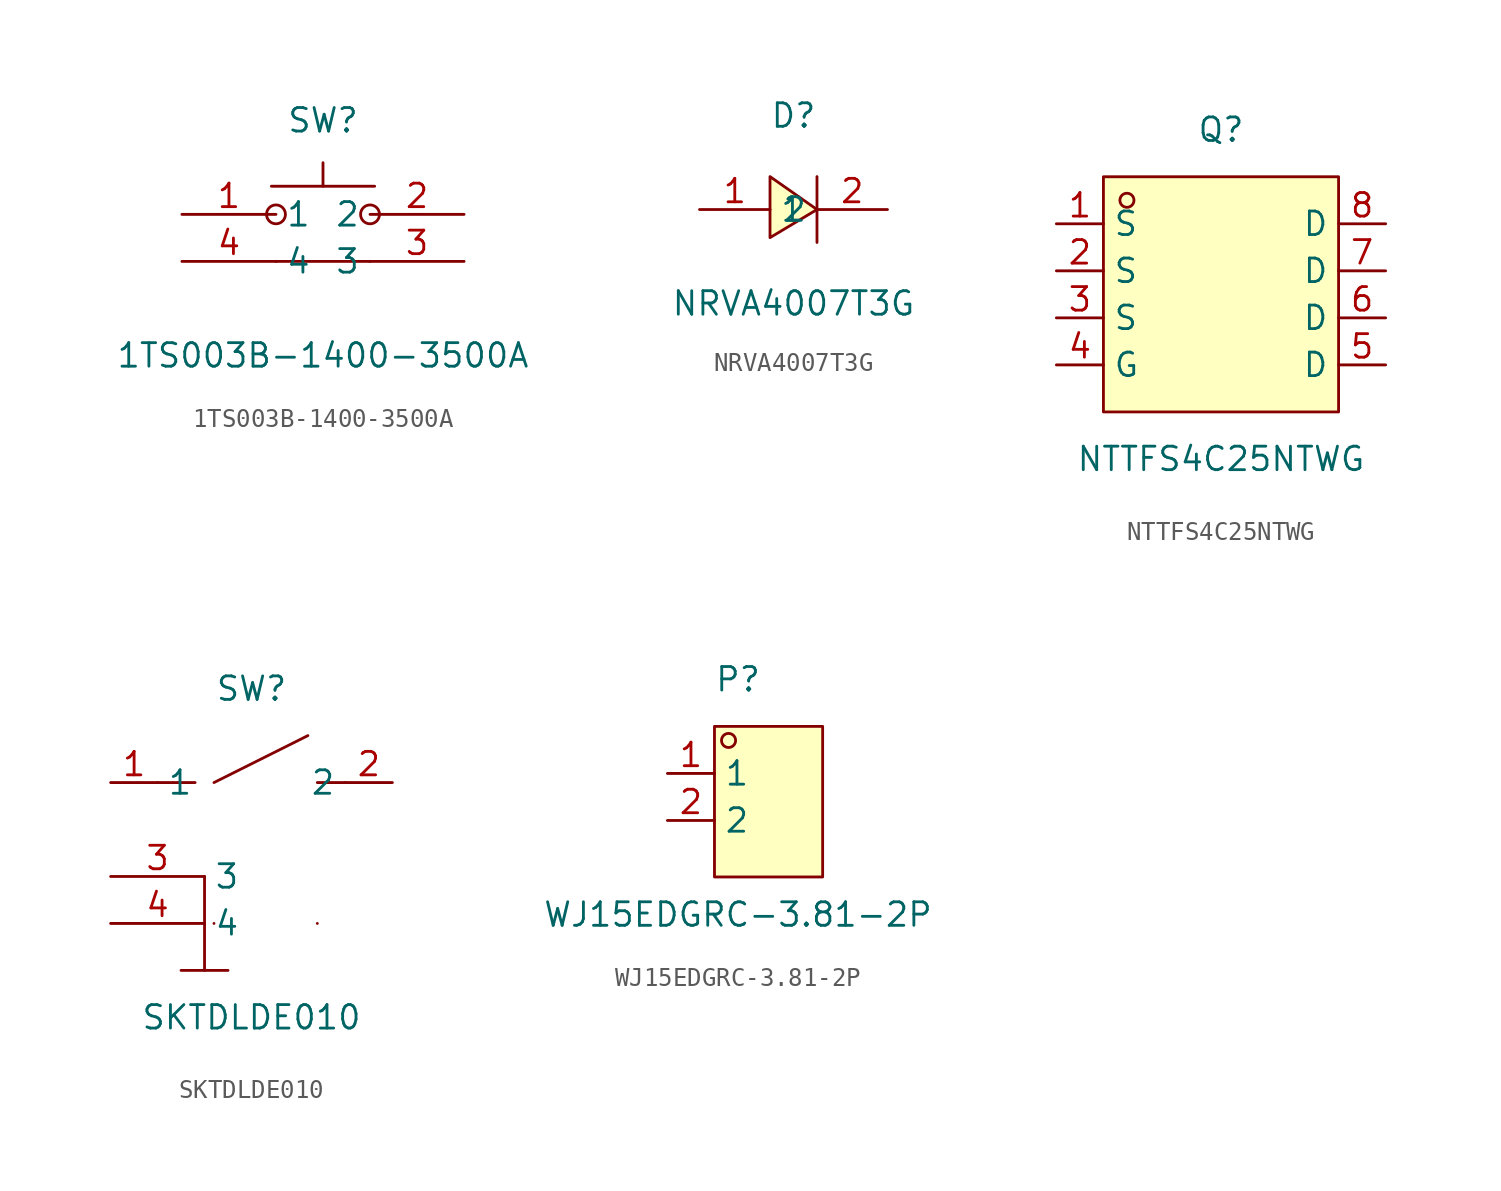
<source format=kicad_sym>
(kicad_symbol_lib
  (version 20211014)
  (generator https://github.com/uPesy/easyeda2kicad.py)
  (symbol "1TS003B-1400-3500A"
    (property "Reference" "SW"
      (at 0 5.08 0)
      (effects (font (size 1.27 1.27))))
    (property "Value" "1TS003B-1400-3500A"
      (at 0 -7.62 0)
      (effects (font (size 1.27 1.27))))
    (symbol "1TS003B-1400-3500A_0_1"
      (circle (center -2.54 -0.00) (radius 0.51) (stroke (width 0) (type default) (color 0 0 0 0)) (fill (type none)))
      (circle (center 2.54 -0.00) (radius 0.51) (stroke (width 0) (type default) (color 0 0 0 0)) (fill (type none)))
      (polyline (pts (xy -2.79 1.52) (xy 2.79 1.52)) (stroke (width 0) (type default) (color 0 0 0 0)) (fill (type none)))
      (polyline (pts (xy 0.00 1.52) (xy 0.00 2.79)) (stroke (width 0) (type default) (color 0 0 0 0)) (fill (type none)))
      (polyline (pts (xy -2.54 -2.54) (xy 2.54 -2.54)) (stroke (width 0) (type default) (color 0 0 0 0)) (fill (type none)))
      (pin unspecified line (at -7.62 -0.00 0) (length 5.08) (name "1" (effects (font (size 1.27 1.27)))) (number "1" (effects (font (size 1.27 1.27)))))
      (pin unspecified line (at 7.62 -0.00 180) (length 5.08) (name "2" (effects (font (size 1.27 1.27)))) (number "2" (effects (font (size 1.27 1.27)))))
      (pin unspecified line (at 7.62 -2.54 180) (length 5.08) (name "3" (effects (font (size 1.27 1.27)))) (number "3" (effects (font (size 1.27 1.27)))))
      (pin unspecified line (at -7.62 -2.54 0) (length 5.08) (name "4" (effects (font (size 1.27 1.27)))) (number "4" (effects (font (size 1.27 1.27)))))))
  (symbol "NRVA4007T3G"
    (property "Reference" "D"
      (at 0 5.08 0)
      (effects (font (size 1.27 1.27))))
    (property "Value" "NRVA4007T3G"
      (at 0 -5.08 0)
      (effects (font (size 1.27 1.27))))
    (symbol "NRVA4007T3G_0_1"
      (polyline (pts (xy -1.27 -1.52) (xy 1.27 -0.00) (xy -1.27 1.78) (xy -1.27 -1.52)) (stroke (width 0) (type default) (color 0 0 0 0)) (fill (type background)))
      (polyline (pts (xy 1.27 -1.78) (xy 1.27 1.78)) (stroke (width 0) (type default) (color 0 0 0 0)) (fill (type none)))
      (pin unspecified line (at -5.08 -0.00 0) (length 3.81) (name "1" (effects (font (size 1.27 1.27)))) (number "1" (effects (font (size 1.27 1.27)))))
      (pin unspecified line (at 5.08 -0.00 180) (length 3.81) (name "2" (effects (font (size 1.27 1.27)))) (number "2" (effects (font (size 1.27 1.27)))))))
  (symbol "NTTFS4C25NTWG"
    (property "Reference" "Q"
      (at 0 8.89 0)
      (effects (font (size 1.27 1.27))))
    (property "Value" "NTTFS4C25NTWG"
      (at 0 -8.89 0)
      (effects (font (size 1.27 1.27))))
    (symbol "NTTFS4C25NTWG_0_1"
      (rectangle (start -6.35 6.35) (end 6.35 -6.35) (stroke (width 0) (type default) (color 0 0 0 0)) (fill (type background)))
      (circle (center -5.08 5.08) (radius 0.38) (stroke (width 0) (type default) (color 0 0 0 0)) (fill (type none)))
      (pin unspecified line (at -8.89 3.81 0) (length 2.54) (name "S" (effects (font (size 1.27 1.27)))) (number "1" (effects (font (size 1.27 1.27)))))
      (pin unspecified line (at -8.89 1.27 0) (length 2.54) (name "S" (effects (font (size 1.27 1.27)))) (number "2" (effects (font (size 1.27 1.27)))))
      (pin unspecified line (at -8.89 -1.27 0) (length 2.54) (name "S" (effects (font (size 1.27 1.27)))) (number "3" (effects (font (size 1.27 1.27)))))
      (pin unspecified line (at -8.89 -3.81 0) (length 2.54) (name "G" (effects (font (size 1.27 1.27)))) (number "4" (effects (font (size 1.27 1.27)))))
      (pin unspecified line (at 8.89 -3.81 180) (length 2.54) (name "D" (effects (font (size 1.27 1.27)))) (number "5" (effects (font (size 1.27 1.27)))))
      (pin unspecified line (at 8.89 -1.27 180) (length 2.54) (name "D" (effects (font (size 1.27 1.27)))) (number "6" (effects (font (size 1.27 1.27)))))
      (pin unspecified line (at 8.89 1.27 180) (length 2.54) (name "D" (effects (font (size 1.27 1.27)))) (number "7" (effects (font (size 1.27 1.27)))))
      (pin unspecified line (at 8.89 3.81 180) (length 2.54) (name "D" (effects (font (size 1.27 1.27)))) (number "8" (effects (font (size 1.27 1.27)))))))
  (symbol "SKTDLDE010"
    (property "Reference" "SW"
      (at 0 8.89 0)
      (effects (font (size 1.27 1.27))))
    (property "Value" "SKTDLDE010"
      (at 0 -8.89 0)
      (effects (font (size 1.27 1.27))))
    (symbol "SKTDLDE010_0_1"
      (arc (start -2.03 -3.81) (mid -2.04 -3.74) (end -2.03 -3.81) (stroke (width 0) (type default) (color 0 0 0 0)) (fill (type none)))
      (arc (start 3.56 -3.81) (mid 3.55 -3.74) (end 3.56 -3.81) (stroke (width 0) (type default) (color 0 0 0 0)) (fill (type none)))
      (polyline (pts (xy -5.08 3.81) (xy -3.05 3.81)) (stroke (width 0) (type default) (color 0 0 0 0)) (fill (type none)))
      (polyline (pts (xy 5.08 3.81) (xy 3.56 3.81)) (stroke (width 0) (type default) (color 0 0 0 0)) (fill (type none)))
      (polyline (pts (xy -2.03 3.81) (xy 3.05 6.35)) (stroke (width 0) (type default) (color 0 0 0 0)) (fill (type none)))
      (polyline (pts (xy -2.54 -1.27) (xy -2.54 -6.35)) (stroke (width 0) (type default) (color 0 0 0 0)) (fill (type none)))
      (polyline (pts (xy -3.81 -6.35) (xy -1.27 -6.35)) (stroke (width 0) (type default) (color 0 0 0 0)) (fill (type none)))
      (pin input line (at -7.62 3.81 0) (length 2.54) (name "1" (effects (font (size 1.27 1.27)))) (number "1" (effects (font (size 1.27 1.27)))))
      (pin input line (at 7.62 3.81 180) (length 2.54) (name "2" (effects (font (size 1.27 1.27)))) (number "2" (effects (font (size 1.27 1.27)))))
      (pin unspecified line (at -7.62 -1.27 0) (length 5.08) (name "3" (effects (font (size 1.27 1.27)))) (number "3" (effects (font (size 1.27 1.27)))))
      (pin unspecified line (at -7.62 -3.81 0) (length 5.08) (name "4" (effects (font (size 1.27 1.27)))) (number "4" (effects (font (size 1.27 1.27)))))))
  (symbol "WJ15EDGRC-3.81-2P"
    (property "Reference" "P"
      (at 0 6.35 0)
      (effects (font (size 1.27 1.27))))
    (property "Value" "WJ15EDGRC-3.81-2P"
      (at 0 -6.35 0)
      (effects (font (size 1.27 1.27))))
    (symbol "WJ15EDGRC-3.81-2P_0_1"
      (rectangle (start -1.27 3.81) (end 4.57 -4.32) (stroke (width 0) (type default) (color 0 0 0 0)) (fill (type background)))
      (circle (center -0.51 3.05) (radius 0.38) (stroke (width 0) (type default) (color 0 0 0 0)) (fill (type none)))
      (pin unspecified line (at -3.81 1.27 0) (length 2.54) (name "1" (effects (font (size 1.27 1.27)))) (number "1" (effects (font (size 1.27 1.27)))))
      (pin unspecified line (at -3.81 -1.27 0) (length 2.54) (name "2" (effects (font (size 1.27 1.27)))) (number "2" (effects (font (size 1.27 1.27))))))))
</source>
